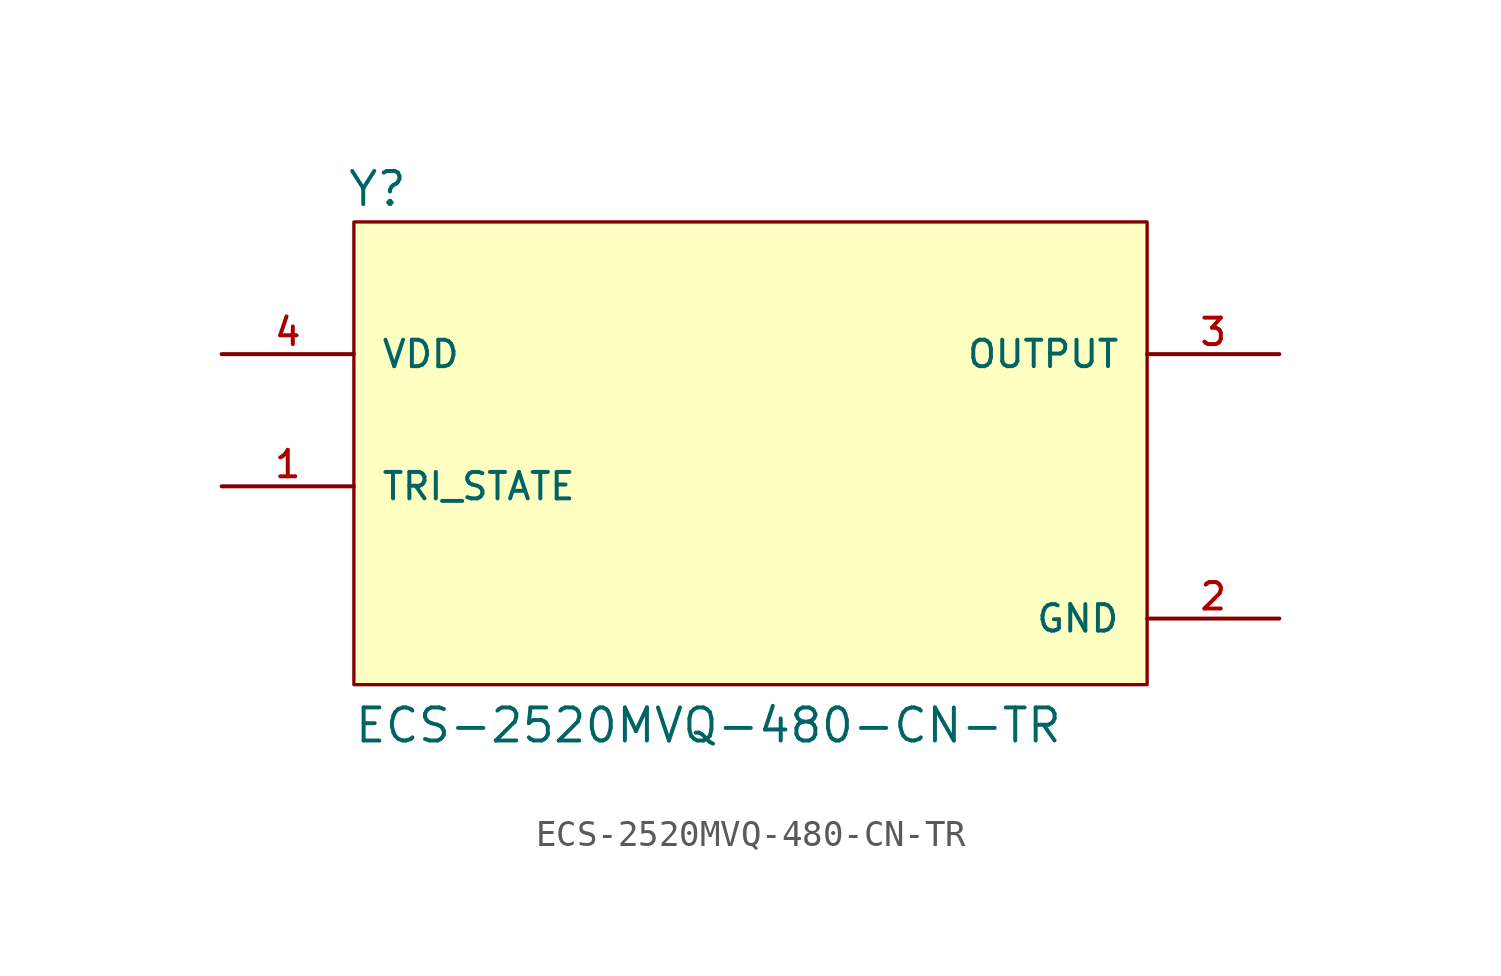
<source format=kicad_sym>
(kicad_symbol_lib
  (version 20211014)
  (generator kicad_symbol_editor)
  (symbol "ECS-2520MVQ-480-CN-TR"
    (pin_names
      (offset 1.016))
    (property "Reference" "Y"
      (at -15.525 8.144 0)
      (effects (font (size 1.27 1.27)) (justify bottom left)))
    (property "Value" "ECS-2520MVQ-480-CN-TR"
      (at -15.268 -12.469 0)
      (effects (font (size 1.27 1.27)) (justify bottom left)))
    (symbol "ECS-2520MVQ-480-CN-TR_0_0"
      (rectangle (start -15.24 -10.16) (end 15.24 7.62) (stroke (width 0.127)) (fill (type background)))
      (pin input line (at -20.32 -2.54 0) (length 5.08) (name "TRI_STATE" (effects (font (size 1.016 1.016)))) (number "1" (effects (font (size 1.016 1.016)))))
      (pin output line (at 20.32 2.54 180.0) (length 5.08) (name "OUTPUT" (effects (font (size 1.016 1.016)))) (number "3" (effects (font (size 1.016 1.016)))))
      (pin input line (at -20.32 2.54 0) (length 5.08) (name "VDD" (effects (font (size 1.016 1.016)))) (number "4" (effects (font (size 1.016 1.016)))))
      (pin power_in line (at 20.32 -7.62 180.0) (length 5.08) (name "GND" (effects (font (size 1.016 1.016)))) (number "2" (effects (font (size 1.016 1.016))))))))
</source>
